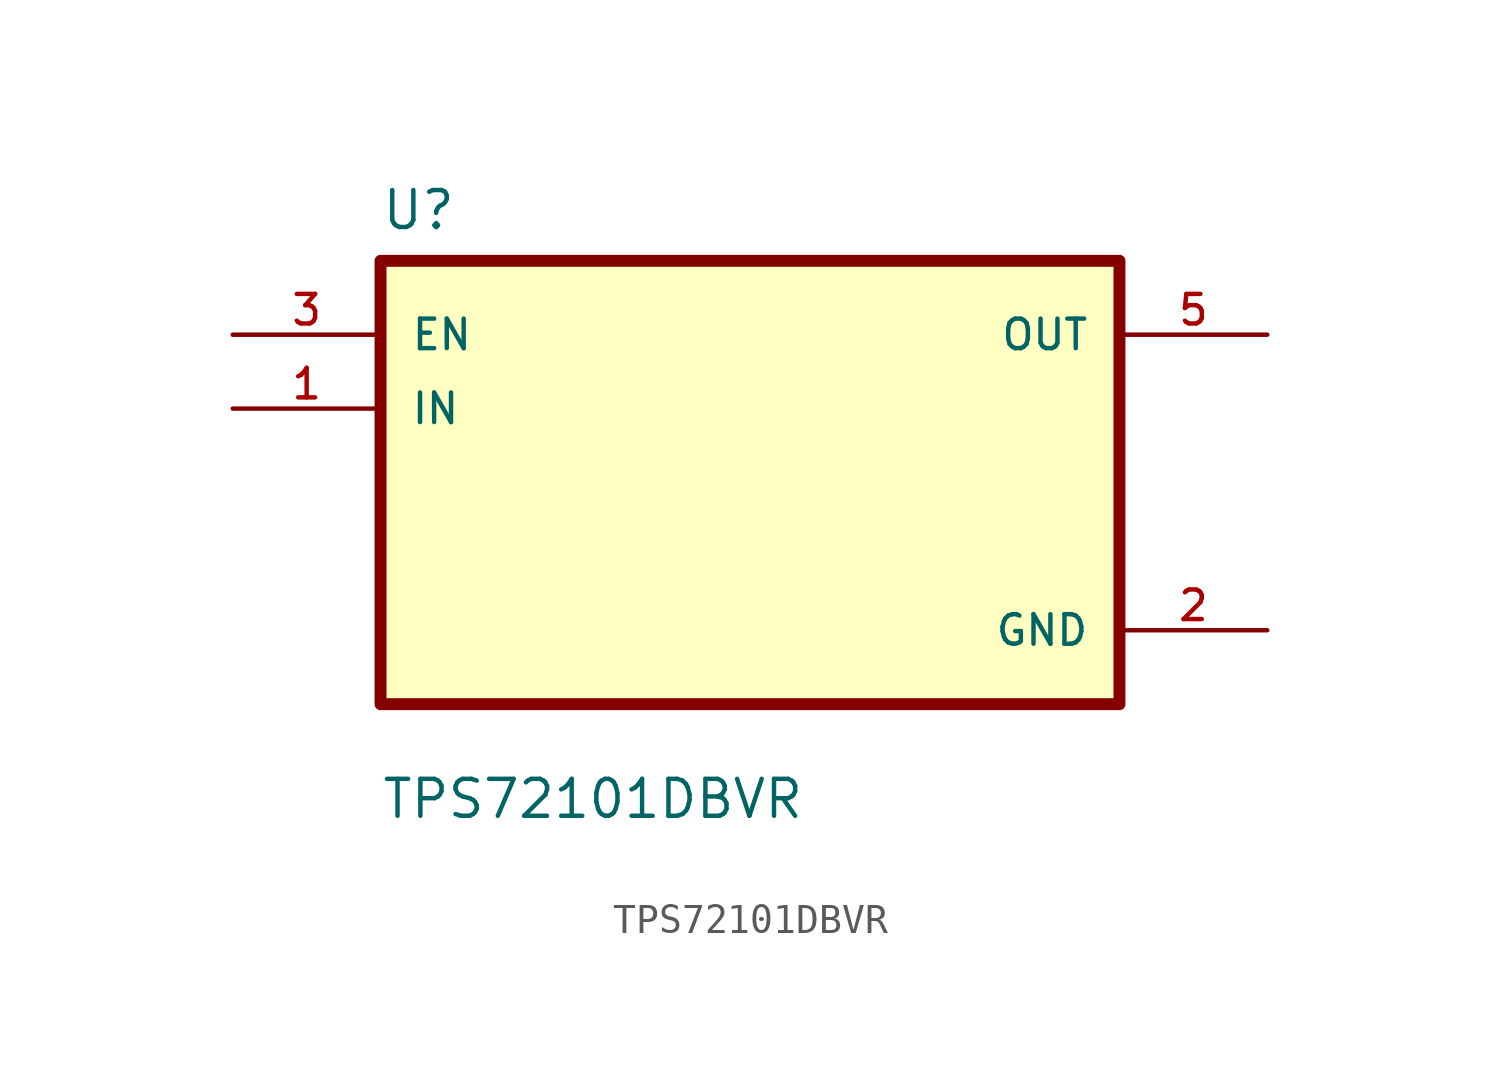
<source format=kicad_sym>
(kicad_symbol_lib
  (version 20211014)
  (generator kicad_symbol_editor)
  (symbol "TPS72101DBVR"
    (pin_names
      (offset 1.016))
    (property "Reference" "U"
      (at -12.7 8.62 0.0)
      (effects (font (size 1.27 1.27)) (justify bottom left)))
    (property "Value" "TPS72101DBVR"
      (at -12.7 -11.62 0.0)
      (effects (font (size 1.27 1.27)) (justify bottom left)))
    (symbol "TPS72101DBVR_0_0"
      (rectangle (start -12.7 -7.62) (end 12.7 7.62) (stroke (width 0.41)) (fill (type background)))
      (pin input line (at -17.78 5.08 0) (length 5.08) (name "EN" (effects (font (size 1.016 1.016)))) (number "3" (effects (font (size 1.016 1.016)))))
      (pin input line (at -17.78 2.54 0) (length 5.08) (name "IN" (effects (font (size 1.016 1.016)))) (number "1" (effects (font (size 1.016 1.016)))))
      (pin output line (at 17.78 5.08 180.0) (length 5.08) (name "OUT" (effects (font (size 1.016 1.016)))) (number "5" (effects (font (size 1.016 1.016)))))
      (pin power_in line (at 17.78 -5.08 180.0) (length 5.08) (name "GND" (effects (font (size 1.016 1.016)))) (number "2" (effects (font (size 1.016 1.016))))))))
</source>
